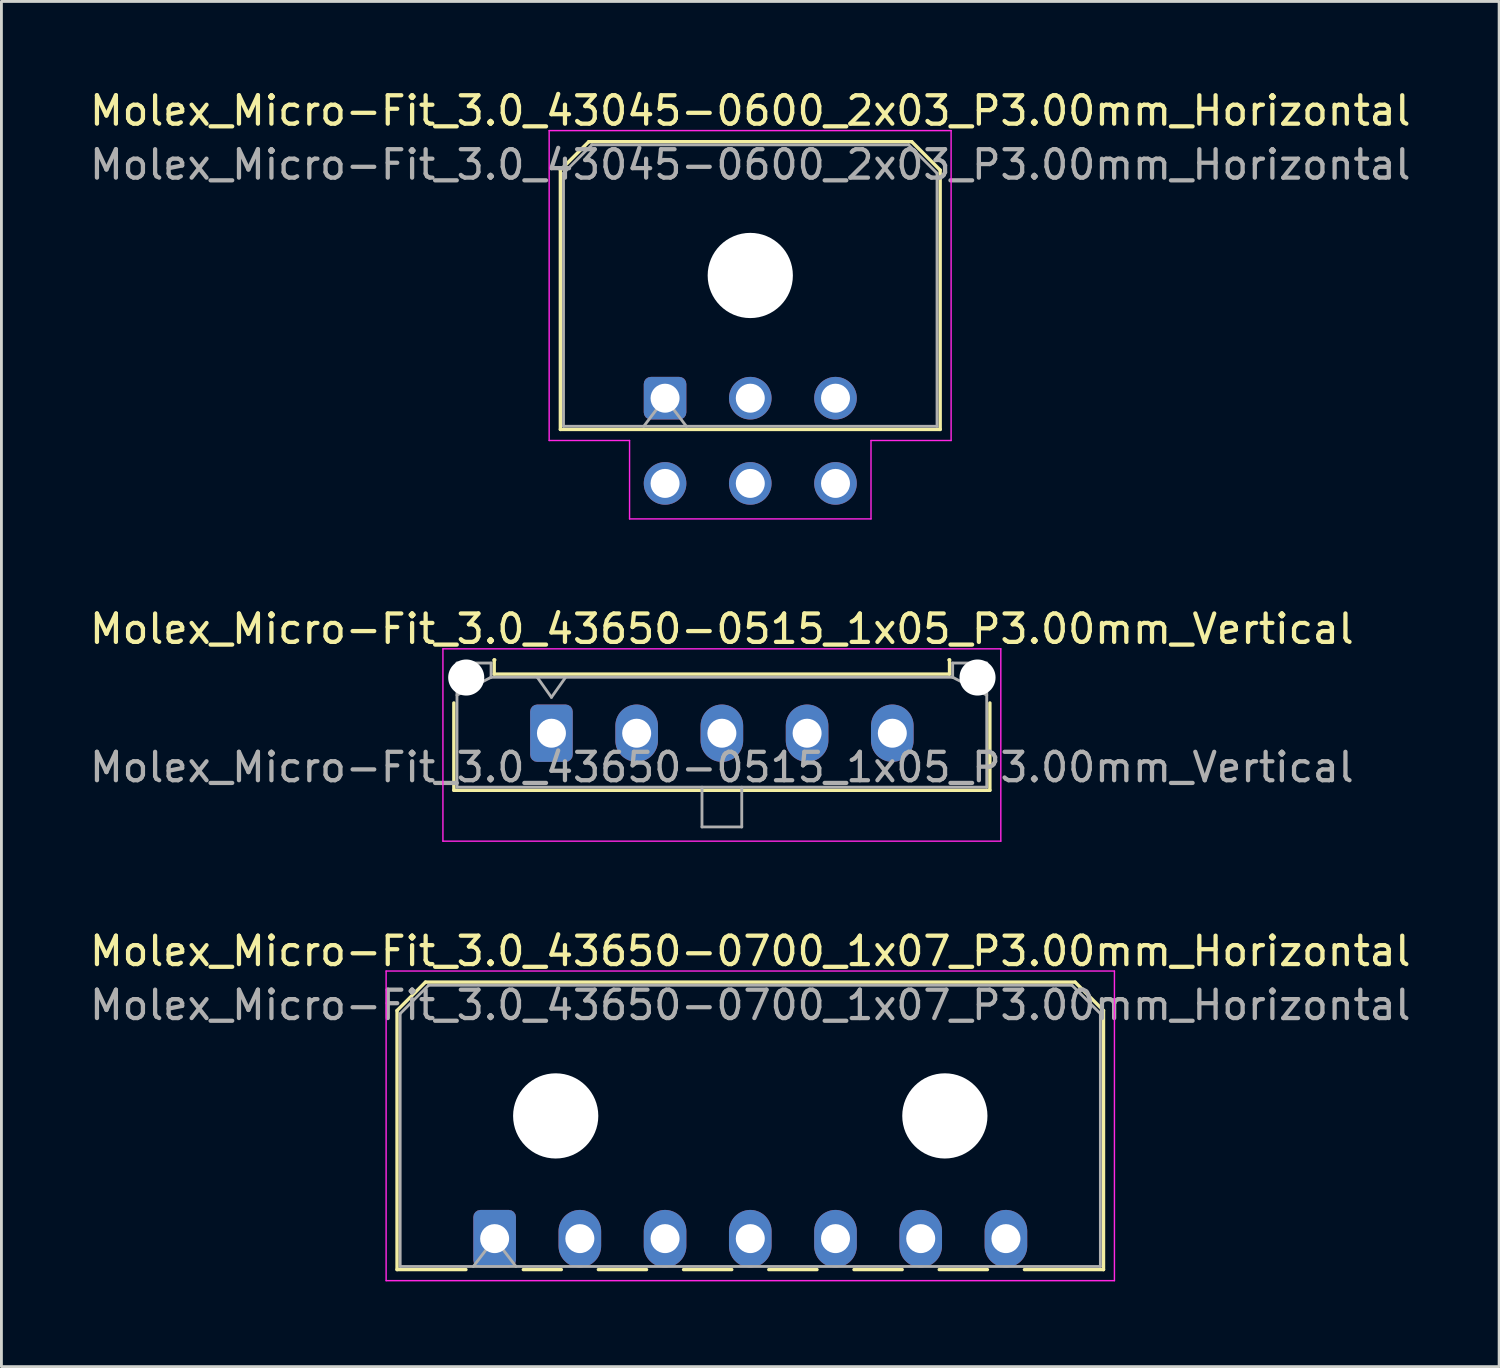
<source format=kicad_pcb>
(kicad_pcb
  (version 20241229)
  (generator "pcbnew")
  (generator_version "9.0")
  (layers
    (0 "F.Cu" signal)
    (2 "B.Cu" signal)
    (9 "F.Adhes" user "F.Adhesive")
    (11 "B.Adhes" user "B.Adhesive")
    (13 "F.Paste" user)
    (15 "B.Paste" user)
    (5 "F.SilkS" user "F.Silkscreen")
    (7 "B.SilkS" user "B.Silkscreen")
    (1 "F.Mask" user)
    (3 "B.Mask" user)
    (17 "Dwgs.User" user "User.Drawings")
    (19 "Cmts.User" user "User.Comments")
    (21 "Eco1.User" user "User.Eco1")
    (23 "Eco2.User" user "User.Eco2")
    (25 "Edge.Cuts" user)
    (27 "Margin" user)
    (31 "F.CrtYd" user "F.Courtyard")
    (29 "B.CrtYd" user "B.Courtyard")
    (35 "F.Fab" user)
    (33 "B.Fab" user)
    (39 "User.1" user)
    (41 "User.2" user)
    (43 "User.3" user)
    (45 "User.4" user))
  (footprint "Molex_Micro-Fit_3.0_43045-0600_2x03_P3.00mm_Horizontal"
    (layer "F.Cu")
    (at 20.363 10.968)
    (property "Reference" "Molex_Micro-Fit_3.0_43045-0600_2x03_P3.00mm_Horizontal" (at 3 -10.12 0) (layer "F.SilkS") (effects (font (size 1 1) (thickness 0.15))))
    (attr through_hole)
    (fp_line (start -3.685 -8.03) (end -2.685 -9.03) (stroke (width 0.12) (type solid)) (layer "F.SilkS"))
    (fp_line (start -3.685 1.1) (end -3.685 -8.03) (stroke (width 0.12) (type solid)) (layer "F.SilkS"))
    (fp_line (start -2.685 -9.03) (end 8.685 -9.03) (stroke (width 0.12) (type solid)) (layer "F.SilkS"))
    (fp_line (start 8.685 -9.03) (end 9.685 -8.03) (stroke (width 0.12) (type solid)) (layer "F.SilkS"))
    (fp_line (start 9.685 -8.03) (end 9.685 1.1) (stroke (width 0.12) (type solid)) (layer "F.SilkS"))
    (fp_line (start 9.685 1.1) (end -3.685 1.1) (stroke (width 0.12) (type solid)) (layer "F.SilkS"))
    (fp_line (start -4.08 -9.42) (end 10.07 -9.42) (stroke (width 0.05) (type solid)) (layer "F.CrtYd"))
    (fp_line (start -4.08 1.49) (end -4.08 -9.42) (stroke (width 0.05) (type solid)) (layer "F.CrtYd"))
    (fp_line (start -1.25 1.49) (end -4.08 1.49) (stroke (width 0.05) (type solid)) (layer "F.CrtYd"))
    (fp_line (start -1.25 4.25) (end -1.25 1.49) (stroke (width 0.05) (type solid)) (layer "F.CrtYd"))
    (fp_line (start 7.25 1.49) (end 7.25 4.25) (stroke (width 0.05) (type solid)) (layer "F.CrtYd"))
    (fp_line (start 7.25 4.25) (end -1.25 4.25) (stroke (width 0.05) (type solid)) (layer "F.CrtYd"))
    (fp_line (start 10.07 -9.42) (end 10.07 1.49) (stroke (width 0.05) (type solid)) (layer "F.CrtYd"))
    (fp_line (start 10.07 1.49) (end 7.25 1.49) (stroke (width 0.05) (type solid)) (layer "F.CrtYd"))
    (fp_line (start -3.575 -7.92) (end -2.575 -8.92) (stroke (width 0.1) (type solid)) (layer "F.Fab"))
    (fp_line (start -3.575 0.99) (end -3.575 -7.92) (stroke (width 0.1) (type solid)) (layer "F.Fab"))
    (fp_line (start -2.575 -8.92) (end 8.575 -8.92) (stroke (width 0.1) (type solid)) (layer "F.Fab"))
    (fp_line (start -0.75 0.99) (end 0 0) (stroke (width 0.1) (type solid)) (layer "F.Fab"))
    (fp_line (start 0 0) (end 0.75 0.99) (stroke (width 0.1) (type solid)) (layer "F.Fab"))
    (fp_line (start 8.575 -8.92) (end 9.575 -7.92) (stroke (width 0.1) (type solid)) (layer "F.Fab"))
    (fp_line (start 9.575 -7.92) (end 9.575 0.99) (stroke (width 0.1) (type solid)) (layer "F.Fab"))
    (fp_line (start 9.575 0.99) (end -3.575 0.99) (stroke (width 0.1) (type solid)) (layer "F.Fab"))
    (fp_text user "${REFERENCE}" (at 3 -8.22 0) (layer "F.Fab") (effects (font (size 1 1) (thickness 0.15))))
    (pad "" np_thru_hole circle (at 3 -4.32) (size 3 3) (drill 3) (layers "*.Cu" "*.Mask"))
    (pad "1" thru_hole roundrect (at 0 0) (size 1.5 1.5) (drill 1.02) (layers "*.Cu" "*.Mask") (roundrect_rratio 0.167))
    (pad "2" thru_hole circle (at 3 0) (size 1.5 1.5) (drill 1.02) (layers "*.Cu" "*.Mask"))
    (pad "3" thru_hole circle (at 6 0) (size 1.5 1.5) (drill 1.02) (layers "*.Cu" "*.Mask"))
    (pad "4" thru_hole circle (at 0 3) (size 1.5 1.5) (drill 1.02) (layers "*.Cu" "*.Mask"))
    (pad "5" thru_hole circle (at 3 3) (size 1.5 1.5) (drill 1.02) (layers "*.Cu" "*.Mask"))
    (pad "6" thru_hole circle (at 6 3) (size 1.5 1.5) (drill 1.02) (layers "*.Cu" "*.Mask")))
  (footprint "Molex_Micro-Fit_3.0_43650-0700_1x07_P3.00mm_Horizontal"
    (layer "F.Cu")
    (at 14.363 40.555)
    (property "Reference" "Molex_Micro-Fit_3.0_43650-0700_1x07_P3.00mm_Horizontal" (at 9 -10.12 0) (layer "F.SilkS") (effects (font (size 1 1) (thickness 0.15))))
    (attr through_hole)
    (fp_line (start -3.435 -8.03) (end -2.435 -9.03) (stroke (width 0.12) (type solid)) (layer "F.SilkS"))
    (fp_line (start -3.435 1.09) (end -3.435 -8.03) (stroke (width 0.12) (type solid)) (layer "F.SilkS"))
    (fp_line (start -3.435 1.09) (end -1.01 1.09) (stroke (width 0.12) (type solid)) (layer "F.SilkS"))
    (fp_line (start -2.435 -9.03) (end 20.435 -9.03) (stroke (width 0.12) (type solid)) (layer "F.SilkS"))
    (fp_line (start 1.01 1.09) (end 2.348 1.09) (stroke (width 0.12) (type solid)) (layer "F.SilkS"))
    (fp_line (start 3.652 1.09) (end 5.348 1.09) (stroke (width 0.12) (type solid)) (layer "F.SilkS"))
    (fp_line (start 6.652 1.09) (end 8.348 1.09) (stroke (width 0.12) (type solid)) (layer "F.SilkS"))
    (fp_line (start 9.652 1.09) (end 11.348 1.09) (stroke (width 0.12) (type solid)) (layer "F.SilkS"))
    (fp_line (start 12.652 1.09) (end 14.348 1.09) (stroke (width 0.12) (type solid)) (layer "F.SilkS"))
    (fp_line (start 15.652 1.09) (end 17.348 1.09) (stroke (width 0.12) (type solid)) (layer "F.SilkS"))
    (fp_line (start 20.435 -9.03) (end 21.435 -8.03) (stroke (width 0.12) (type solid)) (layer "F.SilkS"))
    (fp_line (start 21.435 -8.03) (end 21.435 1.09) (stroke (width 0.12) (type solid)) (layer "F.SilkS"))
    (fp_line (start 21.435 1.09) (end 18.652 1.09) (stroke (width 0.12) (type solid)) (layer "F.SilkS"))
    (fp_line (start -3.82 -9.42) (end 21.82 -9.42) (stroke (width 0.05) (type solid)) (layer "F.CrtYd"))
    (fp_line (start -3.82 1.48) (end -3.82 -9.42) (stroke (width 0.05) (type solid)) (layer "F.CrtYd"))
    (fp_line (start 21.82 -9.42) (end 21.82 1.48) (stroke (width 0.05) (type solid)) (layer "F.CrtYd"))
    (fp_line (start 21.82 1.48) (end -3.82 1.48) (stroke (width 0.05) (type solid)) (layer "F.CrtYd"))
    (fp_line (start -3.325 -7.92) (end -2.325 -8.92) (stroke (width 0.1) (type solid)) (layer "F.Fab"))
    (fp_line (start -3.325 0.98) (end -3.325 -7.92) (stroke (width 0.1) (type solid)) (layer "F.Fab"))
    (fp_line (start -2.325 -8.92) (end 20.325 -8.92) (stroke (width 0.1) (type solid)) (layer "F.Fab"))
    (fp_line (start -0.75 0.98) (end 0 0) (stroke (width 0.1) (type solid)) (layer "F.Fab"))
    (fp_line (start 0 0) (end 0.75 0.98) (stroke (width 0.1) (type solid)) (layer "F.Fab"))
    (fp_line (start 20.325 -8.92) (end 21.325 -7.92) (stroke (width 0.1) (type solid)) (layer "F.Fab"))
    (fp_line (start 21.325 -7.92) (end 21.325 0.98) (stroke (width 0.1) (type solid)) (layer "F.Fab"))
    (fp_line (start 21.325 0.98) (end -3.325 0.98) (stroke (width 0.1) (type solid)) (layer "F.Fab"))
    (fp_text user "${REFERENCE}" (at 9 -8.22 0) (layer "F.Fab") (effects (font (size 1 1) (thickness 0.15))))
    (pad "" np_thru_hole circle (at 2.15 -4.32) (size 3 3) (drill 3) (layers "*.Cu" "*.Mask"))
    (pad "" np_thru_hole circle (at 15.85 -4.32) (size 3 3) (drill 3) (layers "*.Cu" "*.Mask"))
    (pad "1" thru_hole roundrect (at 0 0) (size 1.5 2.02) (drill 1.02) (layers "*.Cu" "*.Mask") (roundrect_rratio 0.167))
    (pad "2" thru_hole oval (at 3 0) (size 1.5 2.02) (drill 1.02) (layers "*.Cu" "*.Mask"))
    (pad "3" thru_hole oval (at 6 0) (size 1.5 2.02) (drill 1.02) (layers "*.Cu" "*.Mask"))
    (pad "4" thru_hole oval (at 9 0) (size 1.5 2.02) (drill 1.02) (layers "*.Cu" "*.Mask"))
    (pad "5" thru_hole oval (at 12 0) (size 1.5 2.02) (drill 1.02) (layers "*.Cu" "*.Mask"))
    (pad "6" thru_hole oval (at 15 0) (size 1.5 2.02) (drill 1.02) (layers "*.Cu" "*.Mask"))
    (pad "7" thru_hole oval (at 18 0) (size 1.5 2.02) (drill 1.02) (layers "*.Cu" "*.Mask")))
  (footprint "Molex_Micro-Fit_3.0_43650-0515_1x05_P3.00mm_Vertical"
    (layer "F.Cu")
    (at 16.363 22.762)
    (property "Reference" "Molex_Micro-Fit_3.0_43650-0515_1x05_P3.00mm_Vertical" (at 6 -3.67 0) (layer "F.SilkS") (effects (font (size 1 1) (thickness 0.15))))
    (attr through_hole)
    (fp_line (start -3.435 -1.065) (end -3.435 2.01) (stroke (width 0.12) (type solid)) (layer "F.SilkS"))
    (fp_line (start -3.435 2.01) (end 15.435 2.01) (stroke (width 0.12) (type solid)) (layer "F.SilkS"))
    (fp_line (start -2.015 -2.58) (end -2.015 -2.08) (stroke (width 0.12) (type solid)) (layer "F.SilkS"))
    (fp_line (start -2.015 -2.08) (end 14.015 -2.08) (stroke (width 0.12) (type solid)) (layer "F.SilkS"))
    (fp_line (start -1.995 -2.58) (end -2.015 -2.58) (stroke (width 0.12) (type solid)) (layer "F.SilkS"))
    (fp_line (start 14.015 -2.58) (end 13.995 -2.58) (stroke (width 0.12) (type solid)) (layer "F.SilkS"))
    (fp_line (start 14.015 -2.08) (end 14.015 -2.58) (stroke (width 0.12) (type solid)) (layer "F.SilkS"))
    (fp_line (start 15.435 2.01) (end 15.435 -1.065) (stroke (width 0.12) (type solid)) (layer "F.SilkS"))
    (fp_line (start -3.82 -2.97) (end 15.82 -2.97) (stroke (width 0.05) (type solid)) (layer "F.CrtYd"))
    (fp_line (start -3.82 3.8) (end -3.82 -2.97) (stroke (width 0.05) (type solid)) (layer "F.CrtYd"))
    (fp_line (start 15.82 -2.97) (end 15.82 3.8) (stroke (width 0.05) (type solid)) (layer "F.CrtYd"))
    (fp_line (start 15.82 3.8) (end -3.82 3.8) (stroke (width 0.05) (type solid)) (layer "F.CrtYd"))
    (fp_line (start -3.325 -2.47) (end -3.325 1.9) (stroke (width 0.1) (type solid)) (layer "F.Fab"))
    (fp_line (start -3.325 -1.34) (end -2.125 -1.97) (stroke (width 0.1) (type solid)) (layer "F.Fab"))
    (fp_line (start -3.325 1.9) (end 15.325 1.9) (stroke (width 0.1) (type solid)) (layer "F.Fab"))
    (fp_line (start -2.125 -2.47) (end -3.325 -2.47) (stroke (width 0.1) (type solid)) (layer "F.Fab"))
    (fp_line (start -2.125 -1.97) (end -2.125 -2.47) (stroke (width 0.1) (type solid)) (layer "F.Fab"))
    (fp_line (start -0.5 -1.97) (end 0 -1.263) (stroke (width 0.1) (type solid)) (layer "F.Fab"))
    (fp_line (start 0 -1.263) (end 0.5 -1.97) (stroke (width 0.1) (type solid)) (layer "F.Fab"))
    (fp_line (start 5.3 1.9) (end 5.3 3.3) (stroke (width 0.1) (type solid)) (layer "F.Fab"))
    (fp_line (start 5.3 3.3) (end 6.7 3.3) (stroke (width 0.1) (type solid)) (layer "F.Fab"))
    (fp_line (start 6.7 3.3) (end 6.7 1.9) (stroke (width 0.1) (type solid)) (layer "F.Fab"))
    (fp_line (start 14.125 -2.47) (end 14.125 -1.97) (stroke (width 0.1) (type solid)) (layer "F.Fab"))
    (fp_line (start 14.125 -1.97) (end -2.125 -1.97) (stroke (width 0.1) (type solid)) (layer "F.Fab"))
    (fp_line (start 15.325 -2.47) (end 14.125 -2.47) (stroke (width 0.1) (type solid)) (layer "F.Fab"))
    (fp_line (start 15.325 -1.34) (end 14.125 -1.97) (stroke (width 0.1) (type solid)) (layer "F.Fab"))
    (fp_line (start 15.325 1.9) (end 15.325 -2.47) (stroke (width 0.1) (type solid)) (layer "F.Fab"))
    (fp_text user "${REFERENCE}" (at 6 1.2 0) (layer "F.Fab") (effects (font (size 1 1) (thickness 0.15))))
    (pad "" np_thru_hole circle (at -3 -1.96) (size 1.27 1.27) (drill 1.27) (layers "*.Cu" "*.Mask"))
    (pad "" np_thru_hole circle (at 15 -1.96) (size 1.27 1.27) (drill 1.27) (layers "*.Cu" "*.Mask"))
    (pad "1" thru_hole roundrect (at 0 0) (size 1.5 2.02) (drill 1.02) (layers "*.Cu" "*.Mask") (roundrect_rratio 0.167))
    (pad "2" thru_hole oval (at 3 0) (size 1.5 2.02) (drill 1.02) (layers "*.Cu" "*.Mask"))
    (pad "3" thru_hole oval (at 6 0) (size 1.5 2.02) (drill 1.02) (layers "*.Cu" "*.Mask"))
    (pad "4" thru_hole oval (at 9 0) (size 1.5 2.02) (drill 1.02) (layers "*.Cu" "*.Mask"))
    (pad "5" thru_hole oval (at 12 0) (size 1.5 2.02) (drill 1.02) (layers "*.Cu" "*.Mask")))
  (gr_rect
    (start -3 -3)
    (end 49.726 45.06)
    (stroke (width 0.1) (type default))
    (fill no)
    (layer "Edge.Cuts")))
</source>
